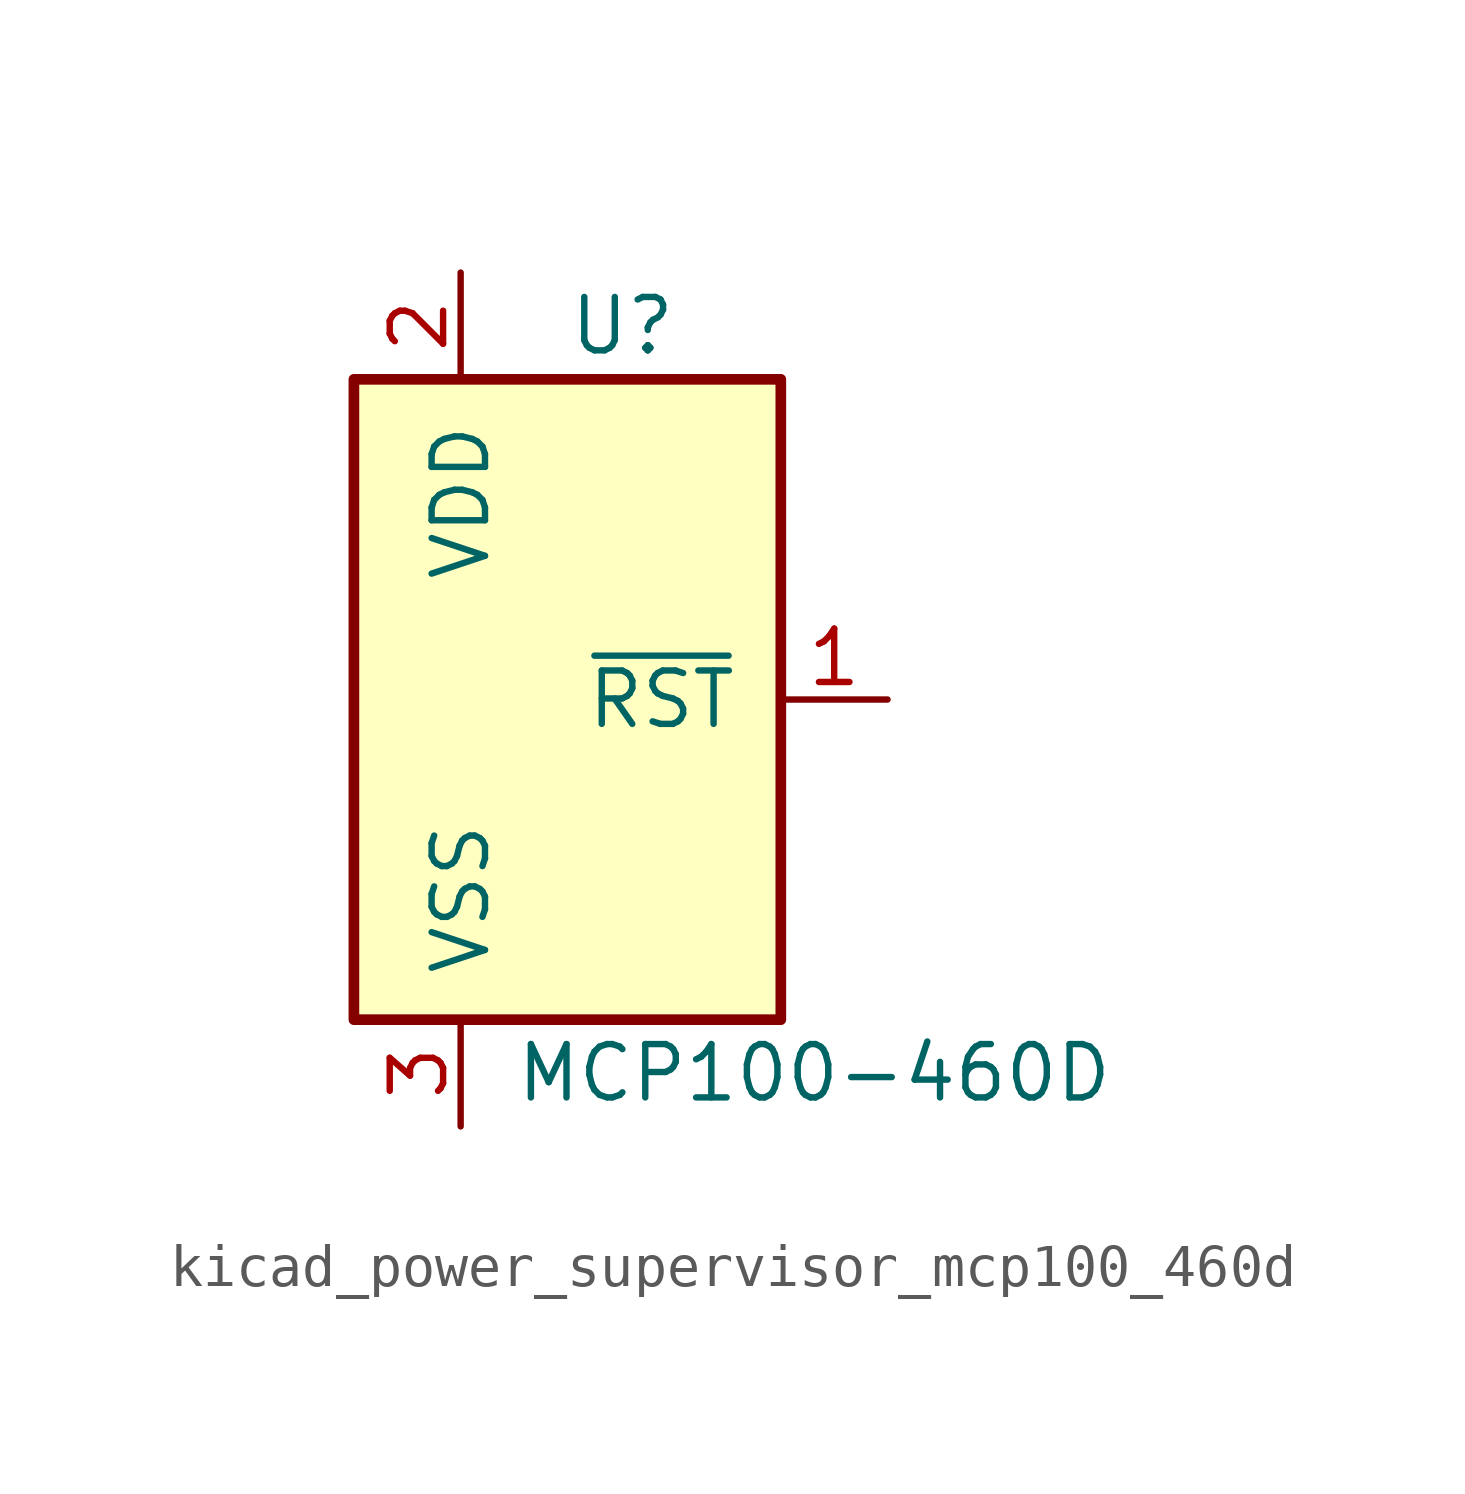
<source format=kicad_sym>
(kicad_symbol_lib
  (version 20220914)
  (generator kicad_symbol_editor)
  (symbol "kicad_power_supervisor_mcp100_460d"
    (pin_names
      (offset 1.016))
    (property "Reference" "U"
      (at 0 8.89 0)
      (effects (font (size 1.27 1.27)) (justify left)))
    (property "Value" "MCP100-460D"
      (at -1.27 -8.89 0)
      (effects (font (size 1.27 1.27)) (justify left)))
    (symbol "kicad_power_supervisor_mcp100_460d_1_1"
      (rectangle (start -5.08 7.62) (end 5.08 -7.62) (stroke (width 0.254) (type default)) (fill (type background)))
      (pin output line (at 7.62 0 180) (length 2.54) (name "~{RST}" (effects (font (size 1.27 1.27)))) (number "1" (effects (font (size 1.27 1.27)))))
      (pin power_in line (at -2.54 10.16 270) (length 2.54) (name "VDD" (effects (font (size 1.27 1.27)))) (number "2" (effects (font (size 1.27 1.27)))))
      (pin power_in line (at -2.54 -10.16 90) (length 2.54) (name "VSS" (effects (font (size 1.27 1.27)))) (number "3" (effects (font (size 1.27 1.27))))))))
</source>
